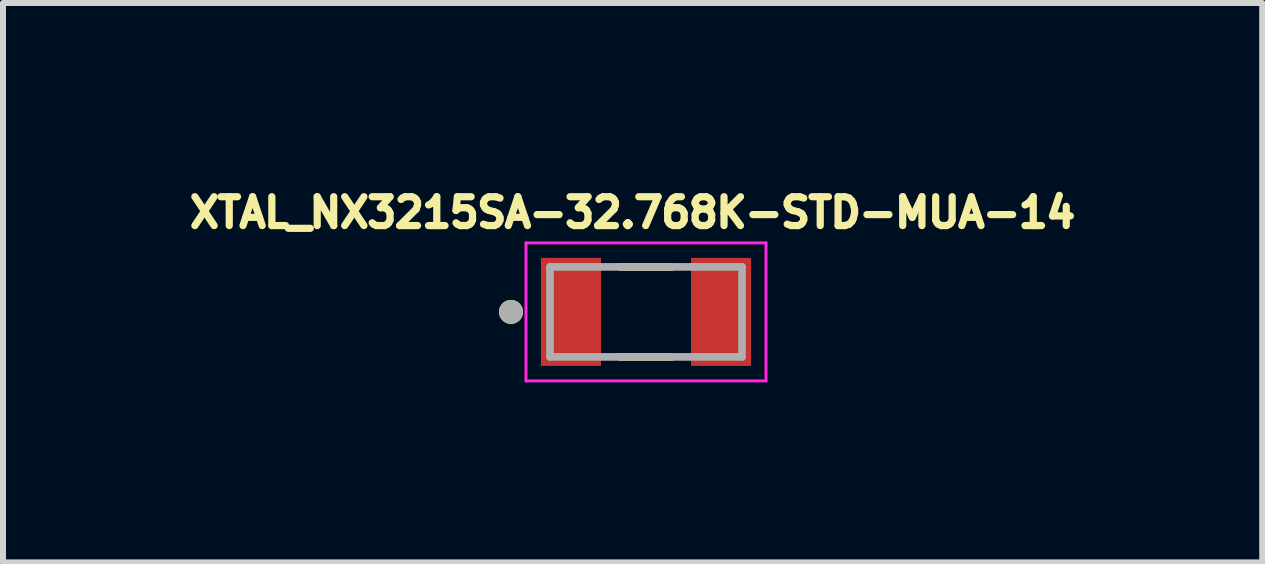
<source format=kicad_pcb>
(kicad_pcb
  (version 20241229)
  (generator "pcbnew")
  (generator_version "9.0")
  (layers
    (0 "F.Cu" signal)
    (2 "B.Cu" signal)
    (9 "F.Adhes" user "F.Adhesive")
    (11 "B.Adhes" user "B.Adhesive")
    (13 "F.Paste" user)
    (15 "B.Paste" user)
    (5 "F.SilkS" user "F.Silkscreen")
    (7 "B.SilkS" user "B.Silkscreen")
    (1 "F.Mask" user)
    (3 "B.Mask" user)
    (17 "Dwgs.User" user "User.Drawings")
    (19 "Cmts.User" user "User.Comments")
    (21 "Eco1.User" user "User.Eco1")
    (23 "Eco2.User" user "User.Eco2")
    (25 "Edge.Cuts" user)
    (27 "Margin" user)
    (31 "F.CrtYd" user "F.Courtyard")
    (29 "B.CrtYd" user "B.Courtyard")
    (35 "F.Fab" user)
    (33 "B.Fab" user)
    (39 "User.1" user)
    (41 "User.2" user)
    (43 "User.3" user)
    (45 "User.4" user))
  (footprint "XTAL_NX3215SA-32.768K-STD-MUA-14"
    (layer "F.Cu")
    (at 7.716 2.148)
    (property "Reference" "XTAL_NX3215SA-32.768K-STD-MUA-14" (at -0.223 -1.655 0) (layer "F.SilkS") (effects (font (size 0.481 0.481) (thickness 0.15))))
    (attr through_hole)
    (fp_line (start 0.43 -0.75) (end -0.43 -0.75) (stroke (width 0.127) (type solid)) (layer "F.SilkS"))
    (fp_line (start 0.43 0.75) (end -0.43 0.75) (stroke (width 0.127) (type solid)) (layer "F.SilkS"))
    (fp_circle (center -2.25 0) (end -2.15 0) (stroke (width 0.2) (type solid)) (fill no) (layer "F.SilkS"))
    (fp_line (start -2 -1.15) (end 2 -1.15) (stroke (width 0.05) (type solid)) (layer "F.CrtYd"))
    (fp_line (start -2 1.15) (end -2 -1.15) (stroke (width 0.05) (type solid)) (layer "F.CrtYd"))
    (fp_line (start 2 -1.15) (end 2 1.15) (stroke (width 0.05) (type solid)) (layer "F.CrtYd"))
    (fp_line (start 2 1.15) (end -2 1.15) (stroke (width 0.05) (type solid)) (layer "F.CrtYd"))
    (fp_line (start -1.6 -0.75) (end 1.6 -0.75) (stroke (width 0.127) (type solid)) (layer "F.Fab"))
    (fp_line (start -1.6 0.75) (end -1.6 -0.75) (stroke (width 0.127) (type solid)) (layer "F.Fab"))
    (fp_line (start 1.6 -0.75) (end 1.6 0.75) (stroke (width 0.127) (type solid)) (layer "F.Fab"))
    (fp_line (start 1.6 0.75) (end -1.6 0.75) (stroke (width 0.127) (type solid)) (layer "F.Fab"))
    (fp_circle (center -2.25 0) (end -2.15 0) (stroke (width 0.2) (type solid)) (fill no) (layer "F.Fab"))
    (pad "1" smd rect (at -1.25 0 180) (size 1 1.8) (layers "F.Cu" "F.Mask" "F.Paste"))
    (pad "2" smd rect (at 1.25 0 180) (size 1 1.8) (layers "F.Cu" "F.Mask" "F.Paste")))
  (gr_rect
    (start -3 -3)
    (end 17.986 6.323)
    (stroke (width 0.1) (type default))
    (fill no)
    (layer "Edge.Cuts")))
</source>
